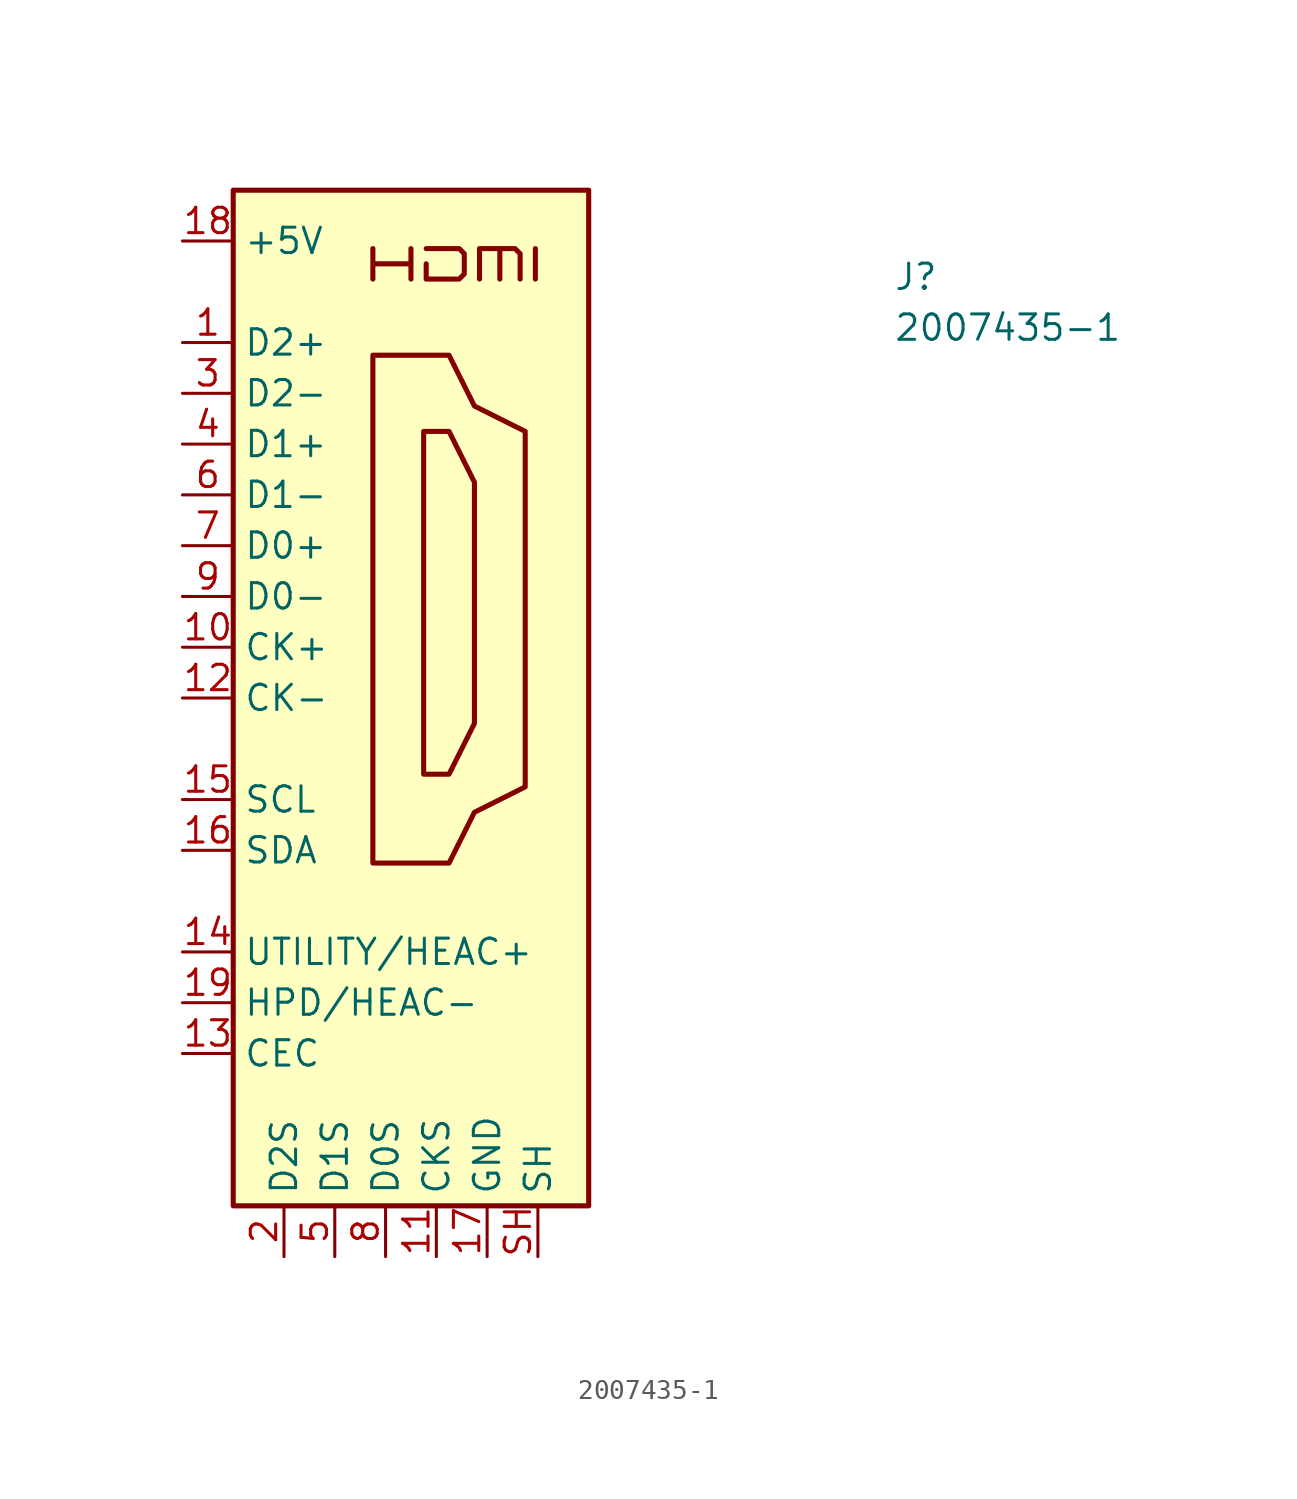
<source format=kicad_sym>
(kicad_symbol_lib
  (version 20211014)
  (generator kicad_symbol_editor)
  (symbol "2007435-1"
    (property "Reference" "J"
      (at 35.56 -2.54 0)
      (effects (font (size 1.27 1.27) (thickness 0.15)) (justify left bottom)))
    (property "Value" "2007435-1"
      (at 35.56 -5.08 0)
      (effects (font (size 1.27 1.27) (thickness 0.15)) (justify left bottom)))
    (symbol "2007435-1_1_1"
      (polyline (pts (xy 17.653 -1.905) (xy 17.653 -0.381)) (stroke (width 0.254) (type default) (color 0 0 0 0)) (fill (type background)))
      (polyline (pts (xy 9.525 -1.905) (xy 9.525 -0.381) (xy 9.525 -1.143) (xy 11.43 -1.143) (xy 11.43 -0.381) (xy 11.43 -1.905)) (stroke (width 0.254) (type default) (color 0 0 0 0)) (fill (type background)))
      (polyline (pts (xy 12.065 -9.525) (xy 13.335 -9.525) (xy 14.605 -12.065) (xy 14.605 -24.13) (xy 13.335 -26.67) (xy 12.065 -26.67) (xy 12.065 -9.525)) (stroke (width 0.254) (type default) (color 0 0 0 0)) (fill (type background)))
      (polyline (pts (xy 12.192 -0.381) (xy 13.843 -0.381) (xy 14.097 -0.635) (xy 14.097 -1.651) (xy 13.843 -1.905) (xy 12.192 -1.905) (xy 12.192 -1.143)) (stroke (width 0.254) (type default) (color 0 0 0 0)) (fill (type background)))
      (polyline (pts (xy 14.859 -1.905) (xy 14.859 -0.381) (xy 15.875 -0.381) (xy 15.875 -1.905) (xy 15.875 -0.381) (xy 16.637 -0.381) (xy 16.891 -0.635) (xy 16.891 -1.905)) (stroke (width 0.254) (type default) (color 0 0 0 0)) (fill (type background)))
      (polyline (pts (xy 9.525 -5.715) (xy 9.525 -31.115) (xy 13.335 -31.115) (xy 14.605 -28.575) (xy 17.145 -27.305) (xy 17.145 -9.525) (xy 14.605 -8.255) (xy 13.335 -5.715) (xy 9.525 -5.715)) (stroke (width 0.254) (type default) (color 0 0 0 0)) (fill (type background)))
      (rectangle (start 2.54 2.54) (end 20.32 -48.26) (stroke (width 0.254) (type default) (color 0 0 0 0)) (fill (type background)))
      (pin passive line (at 0 -5.08 0) (length 2.54) (name "D2+" (effects (font (size 1.27 1.27)))) (number "1" (effects (font (size 1.27 1.27)))))
      (pin passive line (at 0 -20.32 0) (length 2.54) (name "CK+" (effects (font (size 1.27 1.27)))) (number "10" (effects (font (size 1.27 1.27)))))
      (pin power_in line (at 12.7 -50.8 90) (length 2.54) (name "CKS" (effects (font (size 1.27 1.27)))) (number "11" (effects (font (size 1.27 1.27)))))
      (pin passive line (at 0 -22.86 0) (length 2.54) (name "CK-" (effects (font (size 1.27 1.27)))) (number "12" (effects (font (size 1.27 1.27)))))
      (pin bidirectional line (at 0 -40.64 0) (length 2.54) (name "CEC" (effects (font (size 1.27 1.27)))) (number "13" (effects (font (size 1.27 1.27)))))
      (pin passive line (at 0 -35.56 0) (length 2.54) (name "UTILITY/HEAC+" (effects (font (size 1.27 1.27)))) (number "14" (effects (font (size 1.27 1.27)))) (alternate "HEAC+" passive line) (alternate "UTILITY" passive line))
      (pin passive line (at 0 -27.94 0) (length 2.54) (name "SCL" (effects (font (size 1.27 1.27)))) (number "15" (effects (font (size 1.27 1.27)))))
      (pin bidirectional line (at 0 -30.48 0) (length 2.54) (name "SDA" (effects (font (size 1.27 1.27)))) (number "16" (effects (font (size 1.27 1.27)))))
      (pin power_in line (at 15.24 -50.8 90) (length 2.54) (name "GND" (effects (font (size 1.27 1.27)))) (number "17" (effects (font (size 1.27 1.27)))))
      (pin power_in line (at 0 0 0) (length 2.54) (name "+5V" (effects (font (size 1.27 1.27)))) (number "18" (effects (font (size 1.27 1.27)))))
      (pin passive line (at 0 -38.1 0) (length 2.54) (name "HPD/HEAC-" (effects (font (size 1.27 1.27)))) (number "19" (effects (font (size 1.27 1.27)))) (alternate "HEAC-" passive line) (alternate "HPD" passive line))
      (pin power_in line (at 5.08 -50.8 90) (length 2.54) (name "D2S" (effects (font (size 1.27 1.27)))) (number "2" (effects (font (size 1.27 1.27)))))
      (pin passive line (at 0 -7.62 0) (length 2.54) (name "D2-" (effects (font (size 1.27 1.27)))) (number "3" (effects (font (size 1.27 1.27)))))
      (pin passive line (at 0 -10.16 0) (length 2.54) (name "D1+" (effects (font (size 1.27 1.27)))) (number "4" (effects (font (size 1.27 1.27)))))
      (pin power_in line (at 7.62 -50.8 90) (length 2.54) (name "D1S" (effects (font (size 1.27 1.27)))) (number "5" (effects (font (size 1.27 1.27)))))
      (pin passive line (at 0 -12.7 0) (length 2.54) (name "D1-" (effects (font (size 1.27 1.27)))) (number "6" (effects (font (size 1.27 1.27)))))
      (pin passive line (at 0 -15.24 0) (length 2.54) (name "D0+" (effects (font (size 1.27 1.27)))) (number "7" (effects (font (size 1.27 1.27)))))
      (pin power_in line (at 10.16 -50.8 90) (length 2.54) (name "D0S" (effects (font (size 1.27 1.27)))) (number "8" (effects (font (size 1.27 1.27)))))
      (pin passive line (at 0 -17.78 0) (length 2.54) (name "D0-" (effects (font (size 1.27 1.27)))) (number "9" (effects (font (size 1.27 1.27)))))
      (pin passive line (at 17.78 -50.8 90) (length 2.54) (name "SH" (effects (font (size 1.27 1.27)))) (number "SH" (effects (font (size 1.27 1.27))))))))
</source>
